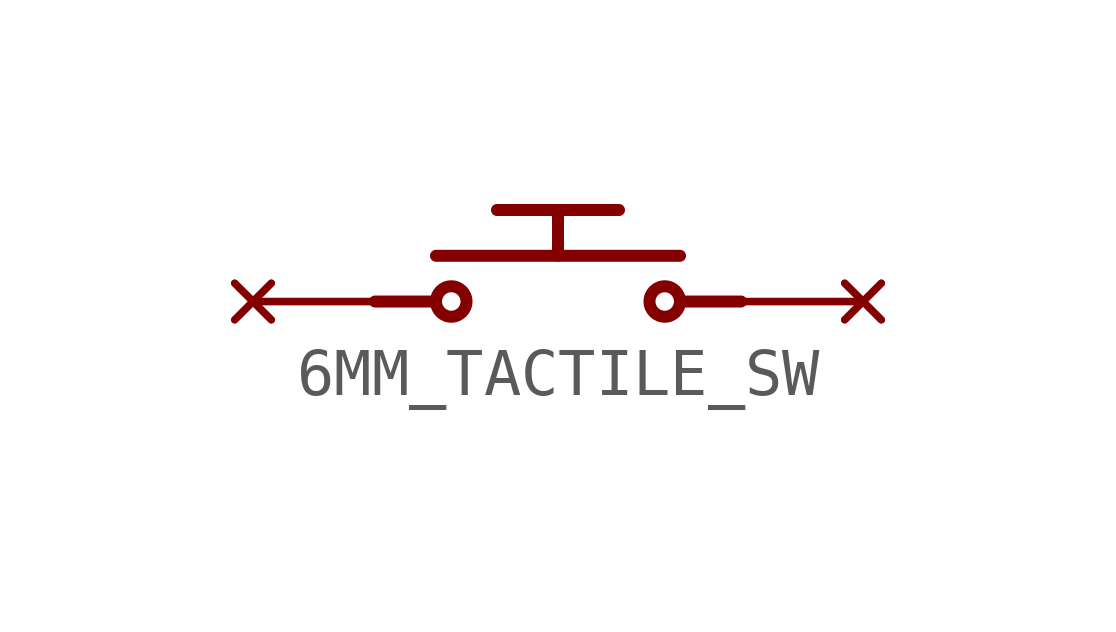
<source format=kicad_sym>
(kicad_symbol_lib
  (version 20231120)
  (generator "kicad_symbol_editor")
  (generator_version "8.0")
  (symbol "6MM_TACTILE_SW"
    (property "Reference" "U"
      (at 0 0 0)
      (effects (font (size 1.27 1.27)) (hide yes)))
    (property "ki_locked" ""
      (at 0 0 0)
      (effects (font (size 1.27 1.27))))
    (symbol "6MM_TACTILE_SW_1_0"
      (circle (center -2.222 0) (radius 0.317) (stroke (width 0.25) (type solid)) (fill (type none)))
      (polyline (pts (xy -3.81 0) (xy -2.54 0)) (stroke (width 0.25) (type solid)) (fill (type none)))
      (polyline (pts (xy -2.54 0.952) (xy 2.54 0.952)) (stroke (width 0.25) (type solid)) (fill (type none)))
      (polyline (pts (xy 0 0.952) (xy 0 1.905)) (stroke (width 0.25) (type solid)) (fill (type none)))
      (polyline (pts (xy 1.27 1.905) (xy -1.27 1.905)) (stroke (width 0.25) (type solid)) (fill (type none)))
      (polyline (pts (xy 3.81 0) (xy 2.54 0)) (stroke (width 0.25) (type solid)) (fill (type none)))
      (circle (center 2.222 0) (radius 0.317) (stroke (width 0.25) (type solid)) (fill (type none)))
      (pin no_connect line (at -6.35 0 0) (length 2.54) (name "1" (effects (font (size 0 0)))) (number "1" (effects (font (size 0 0)))))
      (pin no_connect line (at -6.35 0 0) (length 2.54) (name "1" (effects (font (size 0 0)))) (number "2" (effects (font (size 0 0)))))
      (pin no_connect line (at 6.35 0 180) (length 2.54) (name "2" (effects (font (size 0 0)))) (number "3" (effects (font (size 0 0)))))
      (pin no_connect line (at 6.35 0 180) (length 2.54) (name "2" (effects (font (size 0 0)))) (number "4" (effects (font (size 0 0))))))))
</source>
